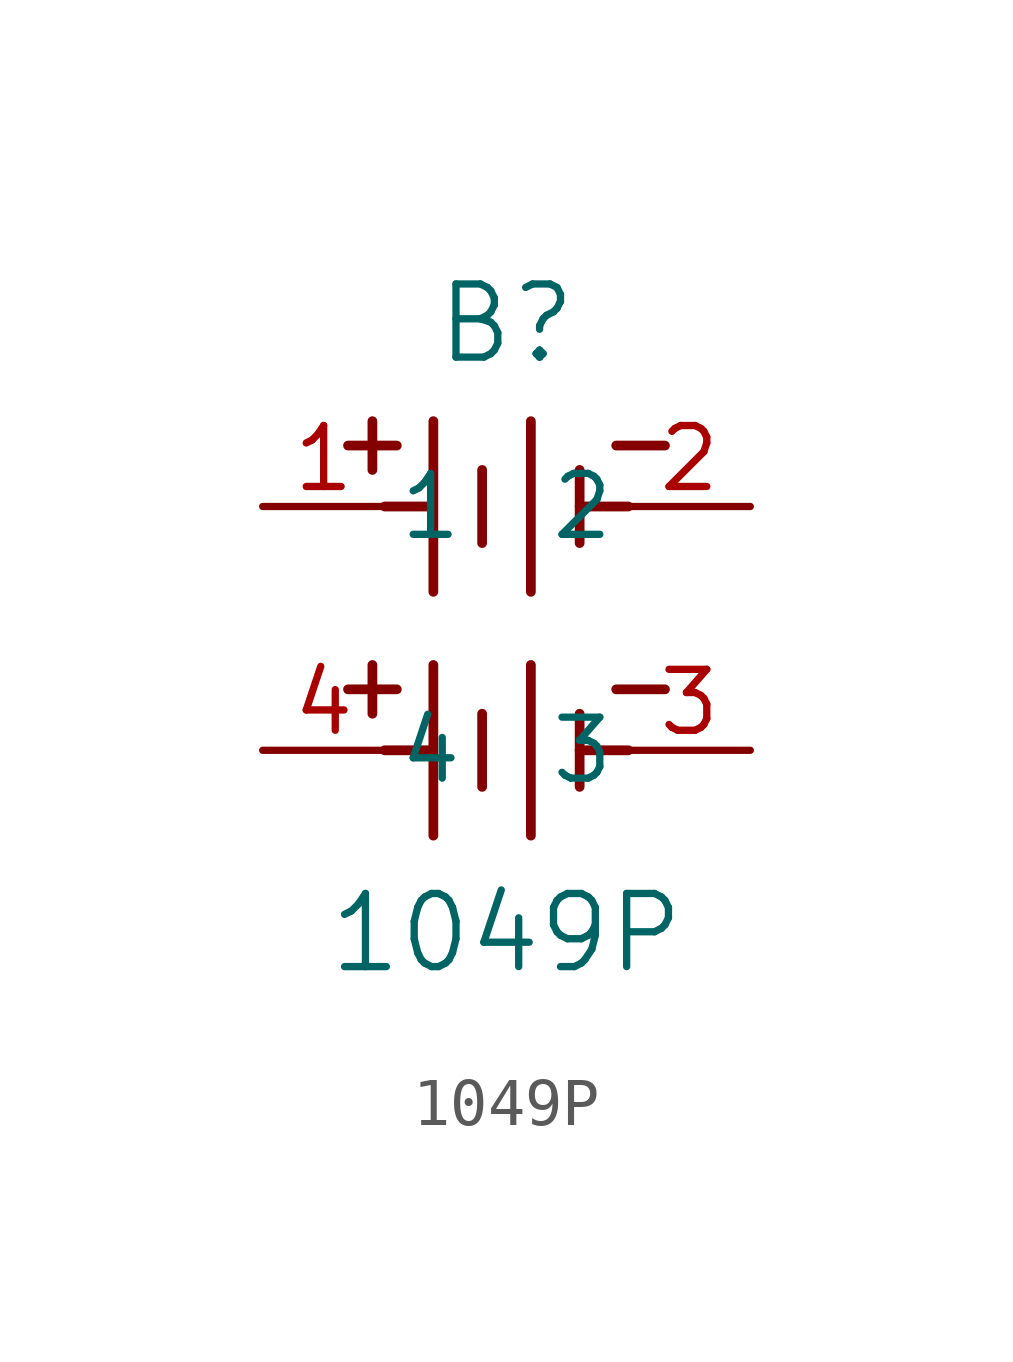
<source format=kicad_sym>
(kicad_symbol_lib
  (version 20211014)
  (generator kicad_symbol_editor)
  (symbol "1049P"
    (pin_names
      (offset 0.254))
    (property "Reference" "B"
      (at 5.08 3.81 0)
      (effects (font (size 1.524 1.524))))
    (property "Value" "1049P"
      (at 5.08 -8.89 0)
      (effects (font (size 1.524 1.524))))
    (symbol "1049P_0_1"
      (polyline (pts (xy 2.286 0.762) (xy 2.286 1.778)) (stroke (width 0.203) (type default) (color 0 0 0 0)) (fill (type none)))
      (polyline (pts (xy 6.604 0) (xy 7.62 0)) (stroke (width 0.203) (type default) (color 0 0 0 0)) (fill (type none)))
      (polyline (pts (xy 3.556 -1.778) (xy 3.556 1.778)) (stroke (width 0.203) (type default) (color 0 0 0 0)) (fill (type none)))
      (polyline (pts (xy 1.778 1.27) (xy 2.794 1.27)) (stroke (width 0.203) (type default) (color 0 0 0 0)) (fill (type none)))
      (polyline (pts (xy 2.54 0) (xy 3.48 0)) (stroke (width 0.203) (type default) (color 0 0 0 0)) (fill (type none)))
      (polyline (pts (xy 5.588 -1.778) (xy 5.588 1.778)) (stroke (width 0.203) (type default) (color 0 0 0 0)) (fill (type none)))
      (polyline (pts (xy 6.604 0.762) (xy 6.604 -0.762)) (stroke (width 0.203) (type default) (color 0 0 0 0)) (fill (type none)))
      (polyline (pts (xy 4.572 0.762) (xy 4.572 -0.762)) (stroke (width 0.203) (type default) (color 0 0 0 0)) (fill (type none)))
      (polyline (pts (xy 7.366 1.27) (xy 8.382 1.27)) (stroke (width 0.203) (type default) (color 0 0 0 0)) (fill (type none)))
      (polyline (pts (xy 2.286 -4.318) (xy 2.286 -3.302)) (stroke (width 0.203) (type default) (color 0 0 0 0)) (fill (type none)))
      (polyline (pts (xy 6.604 -5.08) (xy 7.62 -5.08)) (stroke (width 0.203) (type default) (color 0 0 0 0)) (fill (type none)))
      (polyline (pts (xy 3.556 -6.858) (xy 3.556 -3.302)) (stroke (width 0.203) (type default) (color 0 0 0 0)) (fill (type none)))
      (polyline (pts (xy 1.778 -3.81) (xy 2.794 -3.81)) (stroke (width 0.203) (type default) (color 0 0 0 0)) (fill (type none)))
      (polyline (pts (xy 2.54 -5.08) (xy 3.48 -5.08)) (stroke (width 0.203) (type default) (color 0 0 0 0)) (fill (type none)))
      (polyline (pts (xy 5.588 -6.858) (xy 5.588 -3.302)) (stroke (width 0.203) (type default) (color 0 0 0 0)) (fill (type none)))
      (polyline (pts (xy 6.604 -4.318) (xy 6.604 -5.842)) (stroke (width 0.203) (type default) (color 0 0 0 0)) (fill (type none)))
      (polyline (pts (xy 4.572 -4.318) (xy 4.572 -5.842)) (stroke (width 0.203) (type default) (color 0 0 0 0)) (fill (type none)))
      (polyline (pts (xy 7.366 -3.81) (xy 8.382 -3.81)) (stroke (width 0.203) (type default) (color 0 0 0 0)) (fill (type none)))
      (pin unspecified line (at 0 0 0) (length 2.54) (name "1" (effects (font (size 1.27 1.27)))) (number "1" (effects (font (size 1.27 1.27)))))
      (pin unspecified line (at 10.16 0 180) (length 2.54) (name "2" (effects (font (size 1.27 1.27)))) (number "2" (effects (font (size 1.27 1.27)))))
      (pin unspecified line (at 10.16 -5.08 180) (length 2.54) (name "3" (effects (font (size 1.27 1.27)))) (number "3" (effects (font (size 1.27 1.27)))))
      (pin unspecified line (at 0 -5.08 0) (length 2.54) (name "4" (effects (font (size 1.27 1.27)))) (number "4" (effects (font (size 1.27 1.27))))))))
</source>
